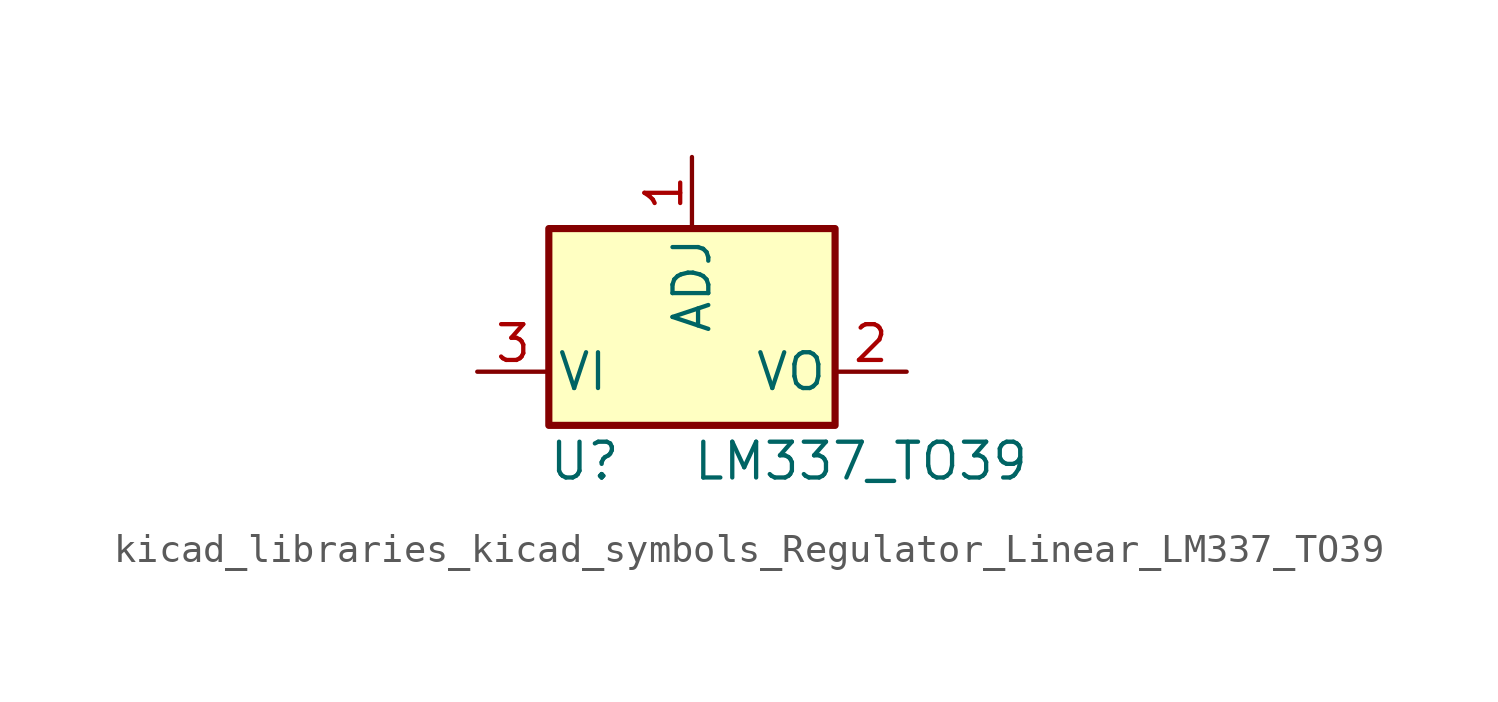
<source format=kicad_sym>
(kicad_symbol_lib
  (version 20220914)
  (generator kicad_symbol_editor)
  (symbol "kicad_libraries_kicad_symbols_Regulator_Linear_LM337_TO39"
    (pin_names
      (offset 0.254))
    (property "Reference" "U"
      (at -3.81 -3.175 0)
      (effects (font (size 1.27 1.27))))
    (property "Value" "LM337_TO39"
      (at 0 -3.175 0)
      (effects (font (size 1.27 1.27)) (justify left)))
    (symbol "kicad_libraries_kicad_symbols_Regulator_Linear_LM337_TO39_0_1"
      (rectangle (start -5.08 5.08) (end 5.08 -1.905) (stroke (width 0.254) (type default)) (fill (type background))))
    (symbol "kicad_libraries_kicad_symbols_Regulator_Linear_LM337_TO39_1_1"
      (pin input line (at 0 7.62 270) (length 2.54) (name "ADJ" (effects (font (size 1.27 1.27)))) (number "1" (effects (font (size 1.27 1.27)))))
      (pin power_out line (at 7.62 0 180) (length 2.54) (name "VO" (effects (font (size 1.27 1.27)))) (number "2" (effects (font (size 1.27 1.27)))))
      (pin power_in line (at -7.62 0 0) (length 2.54) (name "VI" (effects (font (size 1.27 1.27)))) (number "3" (effects (font (size 1.27 1.27))))))))
</source>
